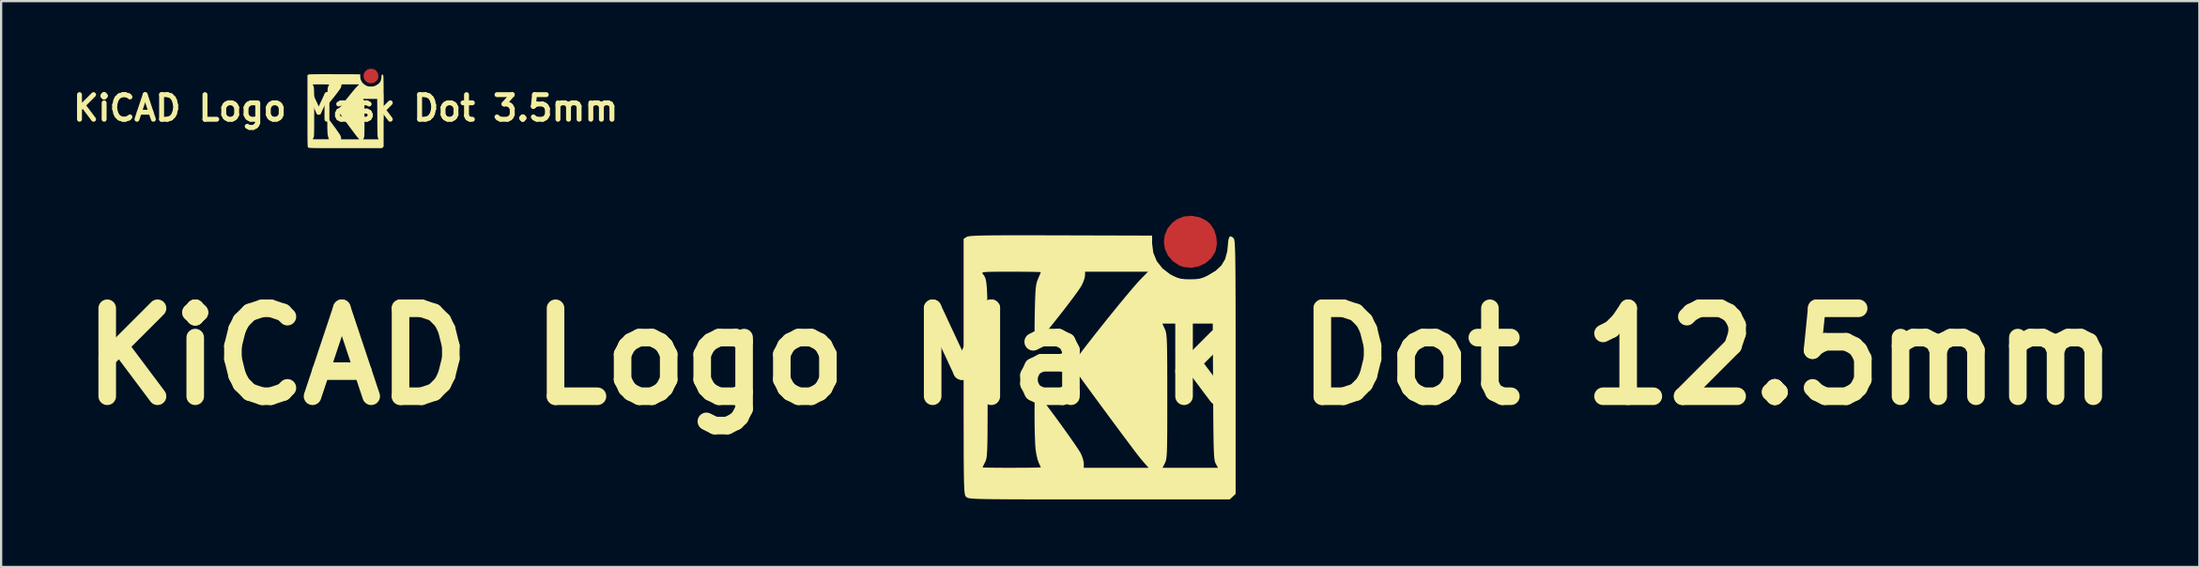
<source format=kicad_pcb>
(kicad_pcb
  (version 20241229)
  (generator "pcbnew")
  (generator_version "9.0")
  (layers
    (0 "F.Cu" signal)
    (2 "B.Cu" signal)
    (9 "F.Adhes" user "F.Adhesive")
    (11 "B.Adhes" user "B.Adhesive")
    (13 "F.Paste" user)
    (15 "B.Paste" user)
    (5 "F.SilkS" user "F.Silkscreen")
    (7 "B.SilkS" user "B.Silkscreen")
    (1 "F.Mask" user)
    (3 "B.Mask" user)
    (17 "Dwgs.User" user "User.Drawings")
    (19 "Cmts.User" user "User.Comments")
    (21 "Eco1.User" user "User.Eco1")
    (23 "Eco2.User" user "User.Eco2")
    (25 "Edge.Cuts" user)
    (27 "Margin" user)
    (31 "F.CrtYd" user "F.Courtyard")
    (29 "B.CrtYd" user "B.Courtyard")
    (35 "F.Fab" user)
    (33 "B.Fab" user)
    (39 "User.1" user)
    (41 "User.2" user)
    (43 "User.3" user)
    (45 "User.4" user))
  (footprint "KiCAD Logo Mask Dot 12.5mm"
    (layer "F.Cu")
    (at 45.78 12.772)
    (property "Reference" "KiCAD Logo Mask Dot 12.5mm" (at 0 0 180) (layer "F.SilkS") (effects (font (size 3.905 3.905) (thickness 0.78))))
    (attr board_only exclude_from_pos_files exclude_from_bom)
    (fp_poly (pts (xy 4.394 -6.182) (xy 4.697 -6.038) (xy 4.88 -5.883) (xy 5.051 -5.626) (xy 5.152 -5.314) (xy 5.176 -4.986) (xy 5.117 -4.68) (xy 5.102 -4.641) (xy 4.926 -4.361) (xy 4.676 -4.144) (xy 4.375 -4) (xy 4.048 -3.937) (xy 3.718 -3.966) (xy 3.521 -4.034) (xy 3.222 -4.226) (xy 3.006 -4.476) (xy 2.873 -4.765) (xy 2.825 -5.074) (xy 2.863 -5.385) (xy 2.987 -5.679) (xy 3.199 -5.937) (xy 3.413 -6.094) (xy 3.723 -6.215) (xy 4.06 -6.243)) (stroke (width 0) (type solid)) (fill yes) (layer "F.Cu"))
    (fp_poly (pts (xy 4.382 -6.186) (xy 4.685 -6.041) (xy 4.868 -5.887) (xy 5.039 -5.629) (xy 5.139 -5.317) (xy 5.164 -4.989) (xy 5.105 -4.683) (xy 5.09 -4.645) (xy 4.914 -4.365) (xy 4.664 -4.148) (xy 4.363 -4.003) (xy 4.036 -3.941) (xy 3.706 -3.969) (xy 3.509 -4.037) (xy 3.21 -4.229) (xy 2.994 -4.479) (xy 2.861 -4.768) (xy 2.813 -5.077) (xy 2.851 -5.388) (xy 2.975 -5.682) (xy 3.187 -5.94) (xy 3.401 -6.098) (xy 3.711 -6.218) (xy 4.048 -6.246)) (stroke (width 0) (type solid)) (fill yes) (layer "F.Mask"))
    (fp_poly (pts (xy -2.938 -5.379) (xy -2.215 -5.377) (xy -1.753 -5.376) (xy 2.302 -5.365) (xy 2.302 -5.011) (xy 2.355 -4.599) (xy 2.509 -4.229) (xy 2.76 -3.91) (xy 3.1 -3.65) (xy 3.213 -3.588) (xy 3.401 -3.502) (xy 3.569 -3.452) (xy 3.763 -3.43) (xy 3.987 -3.425) (xy 4.24 -3.431) (xy 4.427 -3.457) (xy 4.597 -3.511) (xy 4.767 -3.591) (xy 5.12 -3.802) (xy 5.374 -4.038) (xy 5.541 -4.316) (xy 5.634 -4.655) (xy 5.66 -4.899) (xy 5.683 -5.146) (xy 5.72 -5.289) (xy 5.778 -5.337) (xy 5.862 -5.298) (xy 5.92 -5.246) (xy 5.934 -5.223) (xy 5.947 -5.181) (xy 5.959 -5.112) (xy 5.968 -5.011) (xy 5.977 -4.872) (xy 5.984 -4.687) (xy 5.99 -4.451) (xy 5.995 -4.156) (xy 5.999 -3.797) (xy 6.002 -3.367) (xy 6.004 -2.859) (xy 6.006 -2.267) (xy 6.007 -1.586) (xy 6.008 -0.807) (xy 6.008 0.075) (xy 6.008 0.472) (xy 6.008 6.101) (xy 5.878 6.223) (xy 5.748 6.345) (xy -0.046 6.345) (xy -0.979 6.345) (xy -1.806 6.345) (xy -2.534 6.344) (xy -3.169 6.344) (xy -3.718 6.342) (xy -4.187 6.34) (xy -4.583 6.337) (xy -4.913 6.334) (xy -5.181 6.329) (xy -5.397 6.323) (xy -5.565 6.316) (xy -5.692 6.307) (xy -5.785 6.297) (xy -5.85 6.286) (xy -5.894 6.272) (xy -5.924 6.257) (xy -5.945 6.24) (xy -5.952 6.233) (xy -5.97 6.213) (xy -5.986 6.187) (xy -6.001 6.148) (xy -6.013 6.091) (xy -6.024 6.008) (xy -6.033 5.892) (xy -6.04 5.738) (xy -6.047 5.539) (xy -6.052 5.287) (xy -6.056 4.977) (xy -6.059 4.602) (xy -6.061 4.156) (xy -6.062 3.631) (xy -6.063 3.021) (xy -6.064 2.319) (xy -6.064 1.52) (xy -6.064 0.616) (xy -6.064 0.451) (xy -6.064 -3.694) (xy -5.234 -3.694) (xy -5.214 -3.664) (xy -5.172 -3.612) (xy -5.136 -3.558) (xy -5.106 -3.493) (xy -5.08 -3.409) (xy -5.059 -3.298) (xy -5.042 -3.152) (xy -5.028 -2.962) (xy -5.018 -2.72) (xy -5.01 -2.419) (xy -5.004 -2.05) (xy -5.001 -1.604) (xy -4.999 -1.075) (xy -4.998 -0.452) (xy -4.997 0.271) (xy -4.997 0.608) (xy -4.998 1.361) (xy -4.998 2.01) (xy -4.999 2.563) (xy -5.001 3.028) (xy -5.003 3.414) (xy -5.007 3.729) (xy -5.013 3.982) (xy -5.02 4.18) (xy -5.029 4.333) (xy -5.04 4.447) (xy -5.054 4.532) (xy -5.07 4.595) (xy -5.089 4.646) (xy -5.11 4.689) (xy -5.178 4.825) (xy -5.218 4.912) (xy -5.222 4.925) (xy -5.169 4.93) (xy -5.018 4.934) (xy -4.787 4.937) (xy -4.491 4.94) (xy -4.145 4.941) (xy -3.931 4.941) (xy -3.563 4.94) (xy -3.237 4.938) (xy -2.966 4.935) (xy -2.768 4.93) (xy -2.657 4.925) (xy -2.639 4.922) (xy -2.662 4.864) (xy -2.717 4.746) (xy -2.73 4.719) (xy -2.784 4.569) (xy -2.834 4.354) (xy -2.868 4.135) (xy -2.884 3.949) (xy -2.896 3.696) (xy -2.906 3.396) (xy -2.913 3.067) (xy -2.916 2.728) (xy -2.916 2.399) (xy -2.913 2.099) (xy -2.907 1.847) (xy -2.897 1.662) (xy -2.883 1.564) (xy -2.878 1.553) (xy -2.835 1.589) (xy -2.737 1.704) (xy -2.594 1.883) (xy -2.417 2.115) (xy -2.214 2.386) (xy -1.995 2.681) (xy -1.77 2.989) (xy -1.55 3.295) (xy -1.343 3.586) (xy -1.16 3.848) (xy -1.01 4.069) (xy -0.903 4.235) (xy -0.858 4.315) (xy -0.781 4.505) (xy -0.735 4.691) (xy -0.73 4.754) (xy -0.73 4.941) (xy 0.707 4.941) (xy 2.143 4.941) (xy 1.836 4.59) (xy 1.757 4.492) (xy 1.62 4.316) (xy 1.436 4.073) (xy 1.212 3.775) (xy 0.958 3.436) (xy 0.683 3.066) (xy 0.396 2.678) (xy 0.106 2.285) (xy -0.179 1.898) (xy -0.449 1.53) (xy -0.695 1.193) (xy -0.909 0.898) (xy -1.08 0.659) (xy -1.202 0.486) (xy -1.258 0.401) (xy -1.233 0.345) (xy -1.145 0.214) (xy -1.002 0.017) (xy -0.813 -0.233) (xy -0.588 -0.526) (xy -0.334 -0.852) (xy -0.06 -1.198) (xy 0.149 -1.46) (xy 2.757 -1.46) (xy 2.865 -1.221) (xy 2.89 -1.162) (xy 2.911 -1.094) (xy 2.928 -1.01) (xy 2.941 -0.897) (xy 2.952 -0.747) (xy 2.96 -0.55) (xy 2.966 -0.294) (xy 2.97 0.03) (xy 2.973 0.432) (xy 2.974 0.922) (xy 2.975 1.51) (xy 2.975 1.771) (xy 2.975 2.401) (xy 2.974 2.928) (xy 2.973 3.363) (xy 2.969 3.715) (xy 2.965 3.995) (xy 2.958 4.213) (xy 2.948 4.378) (xy 2.936 4.501) (xy 2.921 4.591) (xy 2.902 4.659) (xy 2.879 4.714) (xy 2.87 4.733) (xy 2.764 4.941) (xy 3.994 4.941) (xy 5.225 4.941) (xy 5.125 4.759) (xy 5.103 4.712) (xy 5.085 4.651) (xy 5.069 4.566) (xy 5.056 4.45) (xy 5.045 4.291) (xy 5.037 4.082) (xy 5.03 3.812) (xy 5.024 3.472) (xy 5.019 3.053) (xy 5.015 2.546) (xy 5.011 1.941) (xy 5.009 1.558) (xy 4.993 -1.46) (xy 3.875 -1.46) (xy 2.757 -1.46) (xy 0.149 -1.46) (xy 0.225 -1.556) (xy 0.513 -1.913) (xy 0.794 -2.259) (xy 1.061 -2.582) (xy 1.304 -2.873) (xy 1.515 -3.12) (xy 1.685 -3.313) (xy 1.776 -3.41) (xy 2.12 -3.762) (xy 0.723 -3.762) (xy -0.674 -3.762) (xy -0.674 -3.6) (xy -0.7 -3.46) (xy -0.768 -3.274) (xy -0.828 -3.15) (xy -0.906 -3.024) (xy -1.036 -2.838) (xy -1.206 -2.605) (xy -1.408 -2.338) (xy -1.629 -2.049) (xy -1.861 -1.753) (xy -2.092 -1.462) (xy -2.312 -1.19) (xy -2.511 -0.95) (xy -2.678 -0.754) (xy -2.802 -0.617) (xy -2.874 -0.551) (xy -2.886 -0.548) (xy -2.899 -0.611) (xy -2.909 -0.771) (xy -2.914 -1.013) (xy -2.915 -1.323) (xy -2.911 -1.684) (xy -2.908 -1.877) (xy -2.898 -2.3) (xy -2.887 -2.628) (xy -2.875 -2.877) (xy -2.859 -3.063) (xy -2.838 -3.203) (xy -2.811 -3.314) (xy -2.775 -3.412) (xy -2.76 -3.448) (xy -2.692 -3.604) (xy -2.648 -3.712) (xy -2.639 -3.741) (xy -2.693 -3.747) (xy -2.843 -3.752) (xy -3.075 -3.757) (xy -3.373 -3.76) (xy -3.721 -3.762) (xy -3.967 -3.762) (xy -4.386 -3.762) (xy -4.705 -3.76) (xy -4.936 -3.756) (xy -5.093 -3.748) (xy -5.186 -3.736) (xy -5.229 -3.718) (xy -5.234 -3.694) (xy -6.064 -3.694) (xy -6.064 -5.219) (xy -5.936 -5.303) (xy -5.9 -5.319) (xy -5.839 -5.333) (xy -5.747 -5.345) (xy -5.614 -5.355) (xy -5.434 -5.363) (xy -5.2 -5.369) (xy -4.903 -5.374) (xy -4.536 -5.377) (xy -4.091 -5.379) (xy -3.561 -5.379)) (stroke (width 0) (type solid)) (fill yes) (layer "F.SilkS")))
  (footprint "KiCAD Logo Mask Dot 3.5mm"
    (layer "F.Cu")
    (at 12.293 1.749)
    (property "Reference" "KiCAD Logo Mask Dot 3.5mm" (at 0 0 180) (layer "F.SilkS") (effects (font (size 1.093 1.093) (thickness 0.218))))
    (attr board_only exclude_from_pos_files exclude_from_bom)
    (fp_poly (pts (xy 1.23 -1.731) (xy 1.315 -1.691) (xy 1.367 -1.647) (xy 1.414 -1.575) (xy 1.442 -1.488) (xy 1.449 -1.396) (xy 1.433 -1.31) (xy 1.428 -1.3) (xy 1.379 -1.221) (xy 1.309 -1.16) (xy 1.225 -1.12) (xy 1.133 -1.102) (xy 1.041 -1.11) (xy 0.986 -1.129) (xy 0.902 -1.183) (xy 0.842 -1.253) (xy 0.805 -1.334) (xy 0.791 -1.421) (xy 0.802 -1.508) (xy 0.836 -1.59) (xy 0.896 -1.662) (xy 0.956 -1.706) (xy 1.042 -1.74) (xy 1.137 -1.748)) (stroke (width 0) (type solid)) (fill yes) (layer "F.Cu"))
    (fp_poly (pts (xy 1.227 -1.732) (xy 1.312 -1.692) (xy 1.363 -1.648) (xy 1.411 -1.576) (xy 1.439 -1.489) (xy 1.446 -1.397) (xy 1.429 -1.311) (xy 1.425 -1.301) (xy 1.376 -1.222) (xy 1.306 -1.161) (xy 1.222 -1.121) (xy 1.13 -1.103) (xy 1.038 -1.111) (xy 0.983 -1.13) (xy 0.899 -1.184) (xy 0.838 -1.254) (xy 0.801 -1.335) (xy 0.788 -1.422) (xy 0.798 -1.509) (xy 0.833 -1.591) (xy 0.892 -1.663) (xy 0.952 -1.707) (xy 1.039 -1.741) (xy 1.133 -1.749)) (stroke (width 0) (type solid)) (fill yes) (layer "F.Mask"))
    (fp_poly (pts (xy -0.823 -1.506) (xy -0.62 -1.506) (xy -0.491 -1.505) (xy 0.645 -1.502) (xy 0.645 -1.403) (xy 0.659 -1.288) (xy 0.703 -1.184) (xy 0.773 -1.095) (xy 0.868 -1.022) (xy 0.9 -1.005) (xy 0.952 -0.98) (xy 0.999 -0.967) (xy 1.054 -0.96) (xy 1.116 -0.959) (xy 1.187 -0.961) (xy 1.24 -0.968) (xy 1.287 -0.983) (xy 1.335 -1.005) (xy 1.434 -1.065) (xy 1.505 -1.131) (xy 1.552 -1.208) (xy 1.578 -1.303) (xy 1.585 -1.372) (xy 1.591 -1.441) (xy 1.602 -1.481) (xy 1.618 -1.494) (xy 1.641 -1.483) (xy 1.658 -1.469) (xy 1.662 -1.462) (xy 1.665 -1.451) (xy 1.668 -1.431) (xy 1.671 -1.403) (xy 1.674 -1.364) (xy 1.676 -1.312) (xy 1.677 -1.246) (xy 1.679 -1.164) (xy 1.68 -1.063) (xy 1.681 -0.943) (xy 1.681 -0.8) (xy 1.682 -0.635) (xy 1.682 -0.444) (xy 1.682 -0.226) (xy 1.682 0.021) (xy 1.682 0.132) (xy 1.682 1.708) (xy 1.646 1.742) (xy 1.61 1.777) (xy -0.013 1.777) (xy -0.274 1.777) (xy -0.506 1.777) (xy -0.71 1.776) (xy -0.887 1.776) (xy -1.041 1.776) (xy -1.172 1.775) (xy -1.283 1.774) (xy -1.376 1.773) (xy -1.451 1.772) (xy -1.511 1.77) (xy -1.558 1.768) (xy -1.594 1.766) (xy -1.62 1.763) (xy -1.638 1.76) (xy -1.65 1.756) (xy -1.659 1.752) (xy -1.665 1.747) (xy -1.667 1.745) (xy -1.672 1.74) (xy -1.676 1.732) (xy -1.68 1.722) (xy -1.684 1.705) (xy -1.687 1.682) (xy -1.689 1.65) (xy -1.691 1.607) (xy -1.693 1.551) (xy -1.694 1.48) (xy -1.696 1.394) (xy -1.696 1.289) (xy -1.697 1.164) (xy -1.697 1.017) (xy -1.698 0.846) (xy -1.698 0.649) (xy -1.698 0.426) (xy -1.698 0.173) (xy -1.698 0.126) (xy -1.698 -1.034) (xy -1.465 -1.034) (xy -1.46 -1.026) (xy -1.448 -1.011) (xy -1.438 -0.996) (xy -1.43 -0.978) (xy -1.422 -0.955) (xy -1.417 -0.923) (xy -1.412 -0.882) (xy -1.408 -0.829) (xy -1.405 -0.762) (xy -1.403 -0.677) (xy -1.401 -0.574) (xy -1.4 -0.449) (xy -1.4 -0.301) (xy -1.399 -0.127) (xy -1.399 0.076) (xy -1.399 0.17) (xy -1.399 0.381) (xy -1.399 0.563) (xy -1.4 0.718) (xy -1.4 0.848) (xy -1.401 0.956) (xy -1.402 1.044) (xy -1.404 1.115) (xy -1.406 1.17) (xy -1.408 1.213) (xy -1.411 1.245) (xy -1.415 1.269) (xy -1.42 1.287) (xy -1.425 1.301) (xy -1.431 1.313) (xy -1.45 1.351) (xy -1.461 1.375) (xy -1.462 1.379) (xy -1.447 1.38) (xy -1.405 1.381) (xy -1.34 1.382) (xy -1.257 1.383) (xy -1.161 1.383) (xy -1.101 1.384) (xy -0.998 1.383) (xy -0.906 1.383) (xy -0.831 1.382) (xy -0.775 1.38) (xy -0.744 1.379) (xy -0.739 1.378) (xy -0.745 1.362) (xy -0.761 1.329) (xy -0.765 1.321) (xy -0.779 1.279) (xy -0.794 1.219) (xy -0.803 1.158) (xy -0.807 1.106) (xy -0.811 1.035) (xy -0.814 0.951) (xy -0.816 0.859) (xy -0.816 0.764) (xy -0.817 0.672) (xy -0.816 0.588) (xy -0.814 0.517) (xy -0.811 0.465) (xy -0.807 0.438) (xy -0.806 0.435) (xy -0.794 0.445) (xy -0.766 0.477) (xy -0.726 0.527) (xy -0.677 0.592) (xy -0.62 0.668) (xy -0.559 0.751) (xy -0.496 0.837) (xy -0.434 0.922) (xy -0.376 1.004) (xy -0.325 1.078) (xy -0.283 1.139) (xy -0.253 1.186) (xy -0.24 1.208) (xy -0.219 1.261) (xy -0.206 1.313) (xy -0.204 1.331) (xy -0.204 1.384) (xy 0.198 1.384) (xy 0.6 1.384) (xy 0.514 1.285) (xy 0.492 1.258) (xy 0.454 1.208) (xy 0.402 1.14) (xy 0.339 1.057) (xy 0.268 0.962) (xy 0.191 0.858) (xy 0.111 0.75) (xy 0.03 0.64) (xy -0.05 0.532) (xy -0.126 0.428) (xy -0.195 0.334) (xy -0.254 0.251) (xy -0.302 0.184) (xy -0.336 0.136) (xy -0.352 0.112) (xy -0.345 0.097) (xy -0.32 0.06) (xy -0.28 0.005) (xy -0.228 -0.065) (xy -0.165 -0.147) (xy -0.093 -0.238) (xy -0.017 -0.336) (xy 0.042 -0.409) (xy 0.772 -0.409) (xy 0.802 -0.342) (xy 0.809 -0.325) (xy 0.815 -0.306) (xy 0.82 -0.283) (xy 0.824 -0.251) (xy 0.827 -0.209) (xy 0.829 -0.154) (xy 0.83 -0.082) (xy 0.832 0.008) (xy 0.832 0.121) (xy 0.833 0.258) (xy 0.833 0.423) (xy 0.833 0.496) (xy 0.833 0.672) (xy 0.833 0.82) (xy 0.832 0.942) (xy 0.831 1.04) (xy 0.83 1.119) (xy 0.828 1.18) (xy 0.826 1.226) (xy 0.822 1.26) (xy 0.818 1.286) (xy 0.813 1.304) (xy 0.806 1.32) (xy 0.804 1.325) (xy 0.774 1.384) (xy 1.118 1.384) (xy 1.463 1.384) (xy 1.435 1.332) (xy 1.429 1.319) (xy 1.424 1.302) (xy 1.419 1.279) (xy 1.416 1.246) (xy 1.413 1.202) (xy 1.41 1.143) (xy 1.408 1.067) (xy 1.407 0.972) (xy 1.405 0.855) (xy 1.404 0.713) (xy 1.403 0.543) (xy 1.403 0.436) (xy 1.398 -0.409) (xy 1.085 -0.409) (xy 0.772 -0.409) (xy 0.042 -0.409) (xy 0.063 -0.436) (xy 0.144 -0.536) (xy 0.222 -0.632) (xy 0.297 -0.723) (xy 0.365 -0.805) (xy 0.424 -0.874) (xy 0.472 -0.928) (xy 0.497 -0.955) (xy 0.594 -1.053) (xy 0.203 -1.053) (xy -0.189 -1.053) (xy -0.189 -1.008) (xy -0.196 -0.969) (xy -0.215 -0.917) (xy -0.232 -0.882) (xy -0.254 -0.847) (xy -0.29 -0.795) (xy -0.338 -0.729) (xy -0.394 -0.655) (xy -0.456 -0.574) (xy -0.521 -0.491) (xy -0.586 -0.409) (xy -0.647 -0.333) (xy -0.703 -0.266) (xy -0.75 -0.211) (xy -0.785 -0.173) (xy -0.805 -0.154) (xy -0.808 -0.153) (xy -0.812 -0.171) (xy -0.814 -0.216) (xy -0.816 -0.284) (xy -0.816 -0.37) (xy -0.815 -0.472) (xy -0.814 -0.525) (xy -0.811 -0.644) (xy -0.808 -0.736) (xy -0.805 -0.805) (xy -0.801 -0.858) (xy -0.795 -0.897) (xy -0.787 -0.928) (xy -0.777 -0.955) (xy -0.773 -0.965) (xy -0.754 -1.009) (xy -0.742 -1.039) (xy -0.739 -1.048) (xy -0.754 -1.049) (xy -0.796 -1.051) (xy -0.861 -1.052) (xy -0.944 -1.053) (xy -1.042 -1.053) (xy -1.111 -1.053) (xy -1.228 -1.053) (xy -1.317 -1.053) (xy -1.382 -1.052) (xy -1.426 -1.049) (xy -1.452 -1.046) (xy -1.464 -1.041) (xy -1.465 -1.034) (xy -1.698 -1.034) (xy -1.698 -1.461) (xy -1.662 -1.485) (xy -1.652 -1.489) (xy -1.635 -1.493) (xy -1.609 -1.497) (xy -1.572 -1.499) (xy -1.522 -1.502) (xy -1.456 -1.503) (xy -1.373 -1.505) (xy -1.27 -1.505) (xy -1.145 -1.506) (xy -0.997 -1.506)) (stroke (width 0) (type solid)) (fill yes) (layer "F.SilkS")))
  (gr_rect
    (start -3 -3)
    (end 94.56 22.117)
    (stroke (width 0.1) (type default))
    (fill no)
    (layer "Edge.Cuts")))
</source>
